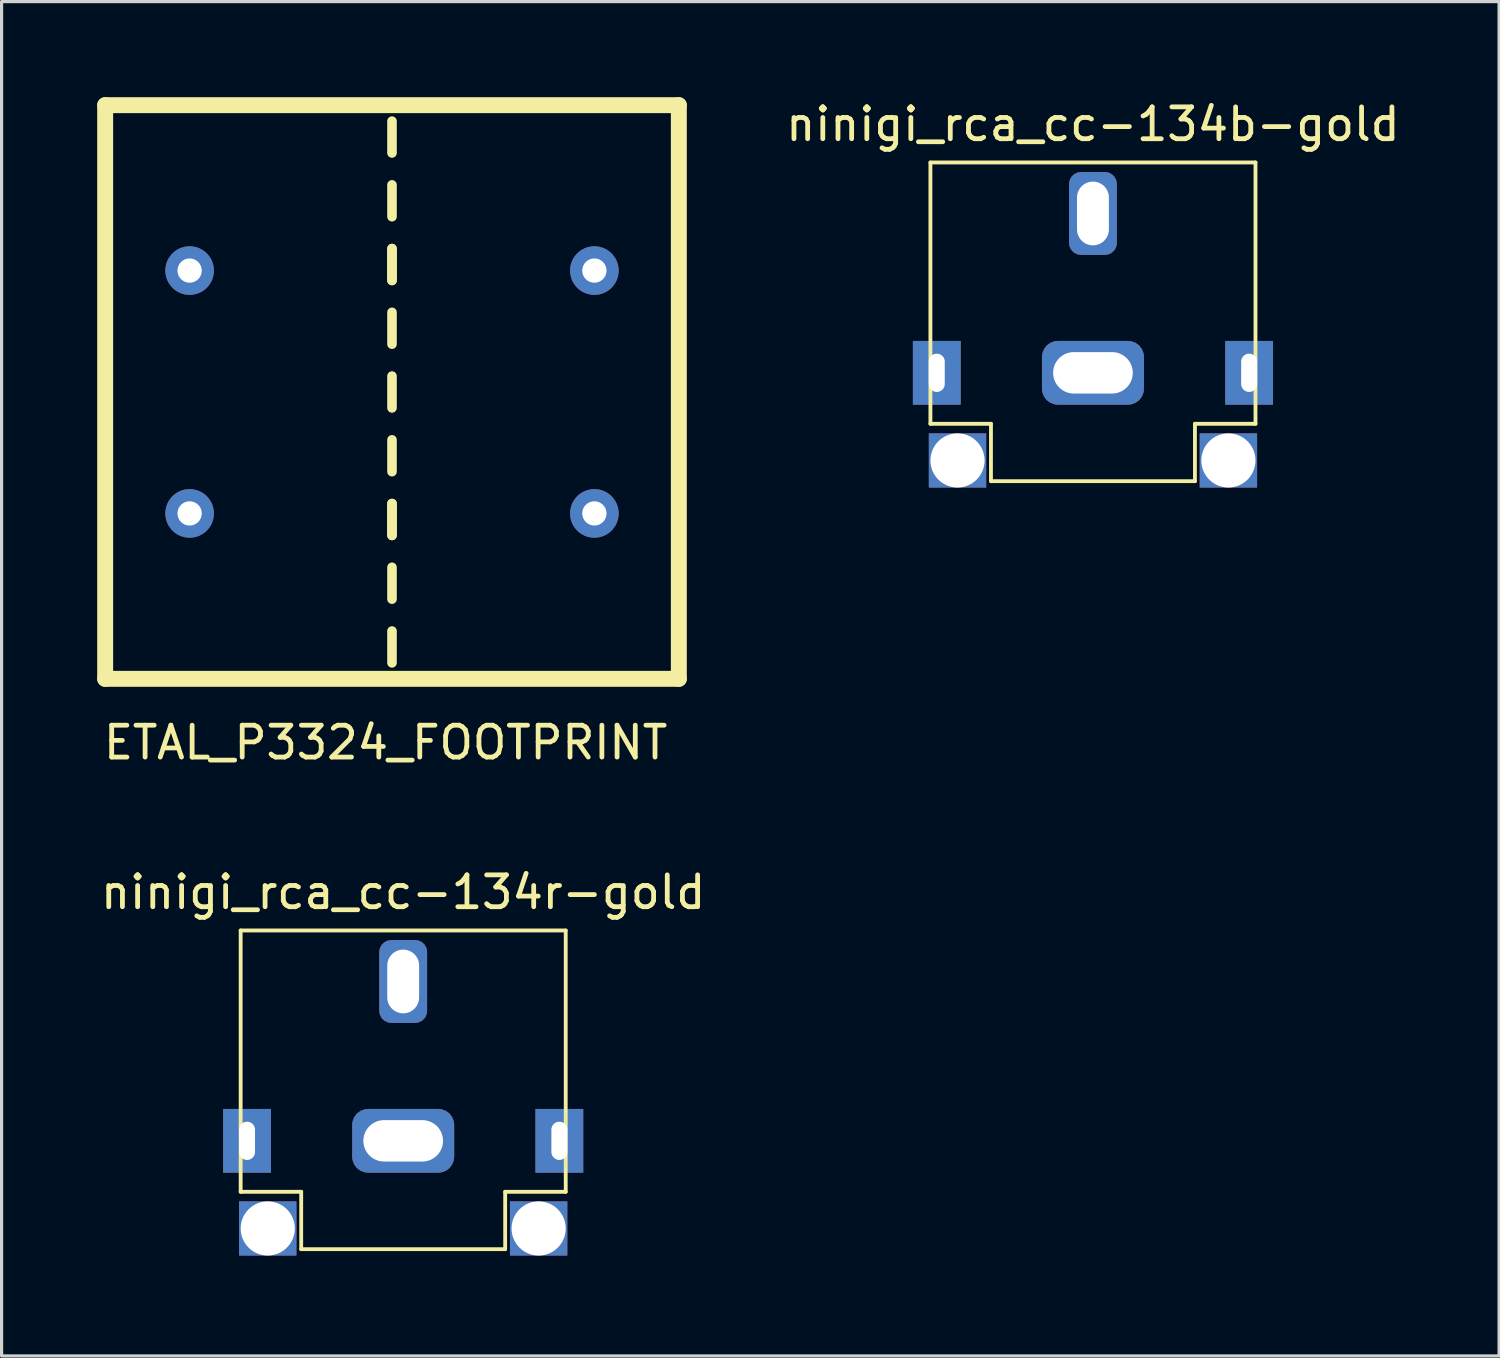
<source format=kicad_pcb>
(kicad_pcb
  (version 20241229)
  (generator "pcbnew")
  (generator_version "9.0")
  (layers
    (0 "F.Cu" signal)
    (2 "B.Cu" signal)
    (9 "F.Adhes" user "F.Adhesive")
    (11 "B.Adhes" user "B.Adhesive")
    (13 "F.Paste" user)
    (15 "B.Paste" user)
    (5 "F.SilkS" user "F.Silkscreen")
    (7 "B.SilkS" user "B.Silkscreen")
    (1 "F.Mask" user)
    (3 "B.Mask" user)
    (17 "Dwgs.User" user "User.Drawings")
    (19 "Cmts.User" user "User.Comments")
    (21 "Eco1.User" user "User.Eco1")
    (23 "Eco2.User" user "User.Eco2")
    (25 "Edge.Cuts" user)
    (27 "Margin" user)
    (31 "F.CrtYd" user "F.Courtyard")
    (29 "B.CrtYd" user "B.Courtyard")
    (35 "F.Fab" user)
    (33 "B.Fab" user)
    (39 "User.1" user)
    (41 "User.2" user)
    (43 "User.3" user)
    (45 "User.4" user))
  (footprint "ninigi_rca_cc-134r-gold"
    (layer "F.Cu")
    (at 9.601 36.246)
    (property "Reference" "ninigi_rca_cc-134r-gold" (at 0 -11.3 0) (layer "F.SilkS") (effects (font (size 1 1) (thickness 0.15))))
    (attr through_hole)
    (fp_line (start -5.1 -10.1) (end -5.1 -1.9) (stroke (width 0.12) (type solid)) (layer "F.SilkS"))
    (fp_line (start -5.1 -1.9) (end -3.2 -1.9) (stroke (width 0.12) (type solid)) (layer "F.SilkS"))
    (fp_line (start -3.2 -0.1) (end -3.2 -1.9) (stroke (width 0.12) (type solid)) (layer "F.SilkS"))
    (fp_line (start -3.2 -0.1) (end 3.2 -0.1) (stroke (width 0.12) (type solid)) (layer "F.SilkS"))
    (fp_line (start 3.2 -1.9) (end 5.1 -1.9) (stroke (width 0.12) (type solid)) (layer "F.SilkS"))
    (fp_line (start 3.2 -0.1) (end 3.2 -1.9) (stroke (width 0.12) (type solid)) (layer "F.SilkS"))
    (fp_line (start 5.1 -10.1) (end -5.1 -10.1) (stroke (width 0.12) (type solid)) (layer "F.SilkS"))
    (fp_line (start 5.1 -10.1) (end 5.1 -1.9) (stroke (width 0.12) (type solid)) (layer "F.SilkS"))
    (pad "" thru_hole rect (at -4.9 -3.5) (size 1.5 2) (drill oval 0.5 1.2) (layers "*.Cu" "*.Mask"))
    (pad "" np_thru_hole rect (at -4.25 -0.75) (size 1.8 1.7) (drill 1.7) (layers "*.Cu" "*.Mask"))
    (pad "" np_thru_hole rect (at 4.25 -0.75) (size 1.8 1.7) (drill 1.7) (layers "*.Cu" "*.Mask"))
    (pad "" thru_hole rect (at 4.9 -3.5) (size 1.5 2) (drill oval 0.5 1.2) (layers "*.Cu" "*.Mask"))
    (pad "1" thru_hole roundrect (at 0 -3.5) (size 3.2 2) (drill oval 2.5 1.3) (layers "*.Cu" "*.Mask") (roundrect_rratio 0.25))
    (pad "2" thru_hole roundrect (at 0 -8.5) (size 1.5 2.6) (drill oval 1 2) (layers "*.Cu" "*.Mask") (roundrect_rratio 0.25)))
  (footprint "ninigi_rca_cc-134b-gold"
    (layer "F.Cu")
    (at 31.244 12.148)
    (property "Reference" "ninigi_rca_cc-134b-gold" (at 0 -11.3 0) (layer "F.SilkS") (effects (font (size 1 1) (thickness 0.15))))
    (attr through_hole)
    (fp_line (start -5.1 -10.1) (end -5.1 -1.9) (stroke (width 0.12) (type solid)) (layer "F.SilkS"))
    (fp_line (start -5.1 -1.9) (end -3.2 -1.9) (stroke (width 0.12) (type solid)) (layer "F.SilkS"))
    (fp_line (start -3.2 -0.1) (end -3.2 -1.9) (stroke (width 0.12) (type solid)) (layer "F.SilkS"))
    (fp_line (start -3.2 -0.1) (end 3.2 -0.1) (stroke (width 0.12) (type solid)) (layer "F.SilkS"))
    (fp_line (start 3.2 -1.9) (end 5.1 -1.9) (stroke (width 0.12) (type solid)) (layer "F.SilkS"))
    (fp_line (start 3.2 -0.1) (end 3.2 -1.9) (stroke (width 0.12) (type solid)) (layer "F.SilkS"))
    (fp_line (start 5.1 -10.1) (end -5.1 -10.1) (stroke (width 0.12) (type solid)) (layer "F.SilkS"))
    (fp_line (start 5.1 -10.1) (end 5.1 -1.9) (stroke (width 0.12) (type solid)) (layer "F.SilkS"))
    (pad "" thru_hole rect (at -4.9 -3.5) (size 1.5 2) (drill oval 0.5 1.2) (layers "*.Cu" "*.Mask"))
    (pad "" np_thru_hole rect (at -4.25 -0.75) (size 1.8 1.7) (drill 1.7) (layers "*.Cu" "*.Mask"))
    (pad "" np_thru_hole rect (at 4.25 -0.75) (size 1.8 1.7) (drill 1.7) (layers "*.Cu" "*.Mask"))
    (pad "" thru_hole rect (at 4.9 -3.5) (size 1.5 2) (drill oval 0.5 1.2) (layers "*.Cu" "*.Mask"))
    (pad "1" thru_hole roundrect (at 0 -3.5) (size 3.2 2) (drill oval 2.5 1.3) (layers "*.Cu" "*.Mask") (roundrect_rratio 0.25))
    (pad "2" thru_hole roundrect (at 0 -8.5) (size 1.5 2.6) (drill oval 1 2) (layers "*.Cu" "*.Mask") (roundrect_rratio 0.25)))
  (footprint "ETAL_P3324_FOOTPRINT"
    (layer "F.Cu")
    (at 9.25 9.25)
    (property "Reference" "ETAL_P3324_FOOTPRINT" (at -0.2 11 0) (layer "F.SilkS") (effects (font (size 1 1) (thickness 0.15))))
    (attr through_hole)
    (fp_line (start -9 -9) (end -9 9) (stroke (width 0.5) (type solid)) (layer "F.SilkS"))
    (fp_line (start -9 9) (end 9 9) (stroke (width 0.5) (type solid)) (layer "F.SilkS"))
    (fp_line (start 0 -8.5) (end 0 -7.5) (stroke (width 0.3) (type solid)) (layer "F.SilkS"))
    (fp_line (start 0 -6.5) (end 0 -5.5) (stroke (width 0.3) (type solid)) (layer "F.SilkS"))
    (fp_line (start 0 -4.5) (end 0 -3.5) (stroke (width 0.3) (type solid)) (layer "F.SilkS"))
    (fp_line (start 0 -4.5) (end 0 -3.5) (stroke (width 0.3) (type solid)) (layer "F.SilkS"))
    (fp_line (start 0 -2.5) (end 0 -1.5) (stroke (width 0.3) (type solid)) (layer "F.SilkS"))
    (fp_line (start 0 -0.5) (end 0 0.5) (stroke (width 0.3) (type solid)) (layer "F.SilkS"))
    (fp_line (start 0 1.5) (end 0 2.5) (stroke (width 0.3) (type solid)) (layer "F.SilkS"))
    (fp_line (start 0 3.5) (end 0 4.5) (stroke (width 0.3) (type solid)) (layer "F.SilkS"))
    (fp_line (start 0 3.5) (end 0 4.5) (stroke (width 0.3) (type solid)) (layer "F.SilkS"))
    (fp_line (start 0 5.5) (end 0 6.5) (stroke (width 0.3) (type solid)) (layer "F.SilkS"))
    (fp_line (start 0 7.5) (end 0 8.5) (stroke (width 0.3) (type solid)) (layer "F.SilkS"))
    (fp_line (start 9 -9) (end -9 -9) (stroke (width 0.5) (type solid)) (layer "F.SilkS"))
    (fp_line (start 9 9) (end 9 -9) (stroke (width 0.5) (type solid)) (layer "F.SilkS"))
    (pad "1" thru_hole circle (at -6.35 3.81) (size 1.524 1.524) (drill 0.762) (layers "*.Cu" "*.Mask"))
    (pad "3" thru_hole circle (at -6.35 -3.81) (size 1.524 1.524) (drill 0.762) (layers "*.Cu" "*.Mask"))
    (pad "4" thru_hole circle (at 6.35 -3.81) (size 1.524 1.524) (drill 0.762) (layers "*.Cu" "*.Mask"))
    (pad "6" thru_hole circle (at 6.35 3.81) (size 1.524 1.524) (drill 0.762) (layers "*.Cu" "*.Mask")))
  (gr_rect
    (start -3 -3)
    (end 43.988 39.496)
    (stroke (width 0.1) (type default))
    (fill no)
    (layer "Edge.Cuts")))
</source>
